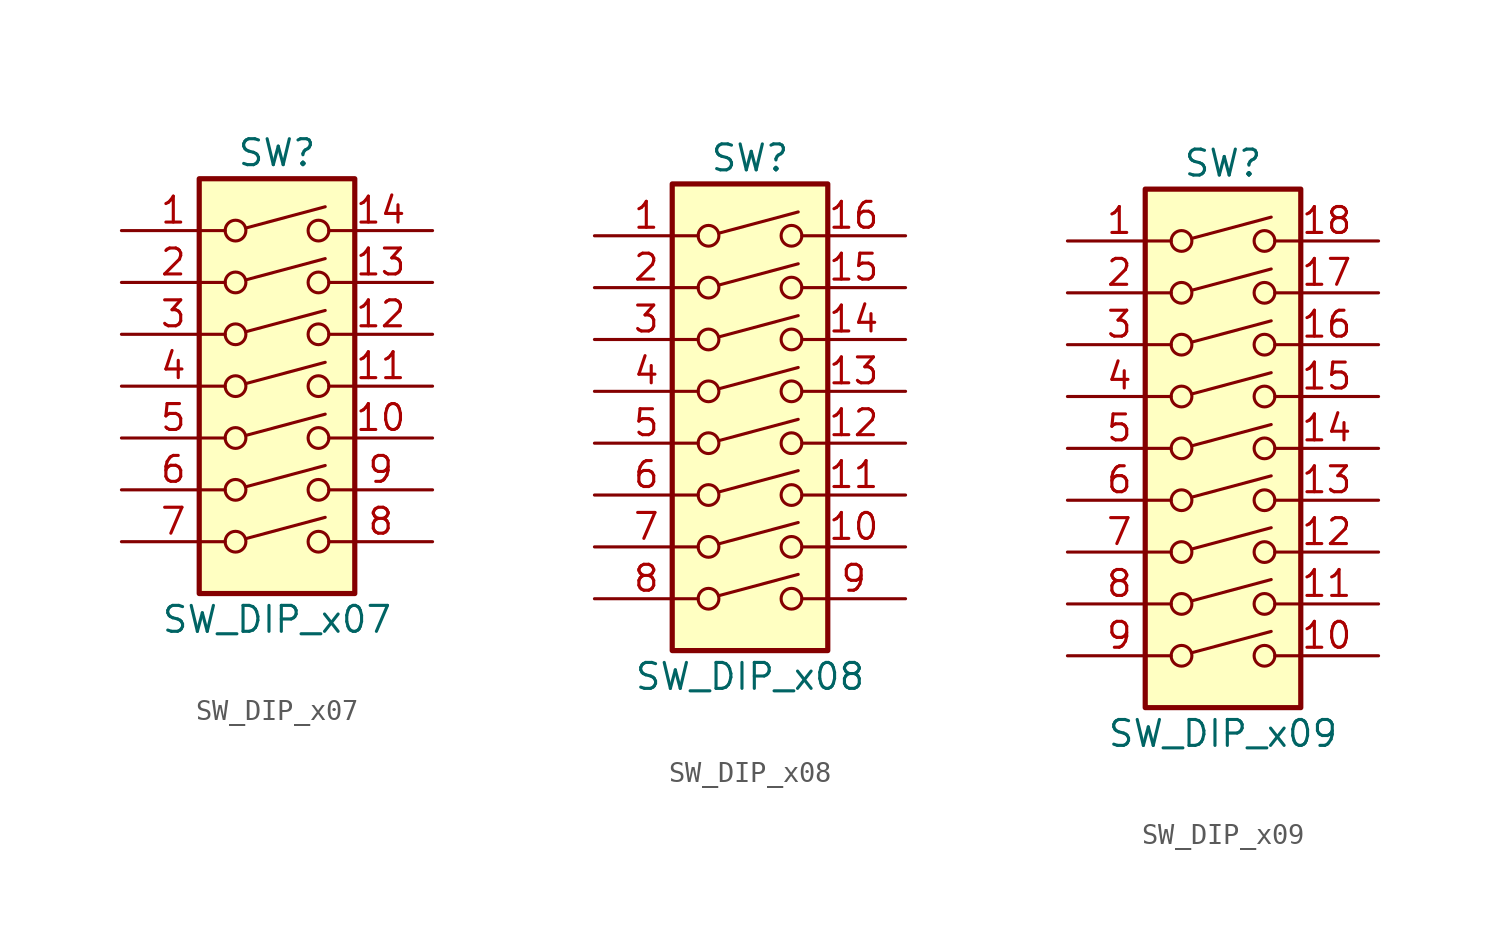
<source format=kicad_sym>
(kicad_symbol_lib
  (version 20201005)
  (generator kicad_symbol_editor)
  (symbol "Switch:SW_DIP_x07"
    (pin_names
      (offset 0) hide)
    (property "Reference" "SW"
      (at 0 13.97 0)
      (effects (font (size 1.27 1.27))))
    (property "Value" "SW_DIP_x07"
      (at 0 -8.89 0)
      (effects (font (size 1.27 1.27))))
    (symbol "SW_DIP_x07_0_0"
      (circle (center -2.032 -5.08) (radius 0.508) (stroke (width 0)) (fill (type none)))
      (circle (center -2.032 -2.54) (radius 0.508) (stroke (width 0)) (fill (type none)))
      (circle (center -2.032 0) (radius 0.508) (stroke (width 0)) (fill (type none)))
      (circle (center -2.032 2.54) (radius 0.508) (stroke (width 0)) (fill (type none)))
      (circle (center -2.032 5.08) (radius 0.508) (stroke (width 0)) (fill (type none)))
      (circle (center -2.032 7.62) (radius 0.508) (stroke (width 0)) (fill (type none)))
      (circle (center -2.032 10.16) (radius 0.508) (stroke (width 0)) (fill (type none)))
      (circle (center 2.032 -5.08) (radius 0.508) (stroke (width 0)) (fill (type none)))
      (circle (center 2.032 -2.54) (radius 0.508) (stroke (width 0)) (fill (type none)))
      (circle (center 2.032 0) (radius 0.508) (stroke (width 0)) (fill (type none)))
      (circle (center 2.032 2.54) (radius 0.508) (stroke (width 0)) (fill (type none)))
      (circle (center 2.032 5.08) (radius 0.508) (stroke (width 0)) (fill (type none)))
      (circle (center 2.032 7.62) (radius 0.508) (stroke (width 0)) (fill (type none)))
      (circle (center 2.032 10.16) (radius 0.508) (stroke (width 0)) (fill (type none)))
      (polyline (pts (xy -1.524 -4.928) (xy 2.362 -3.886)) (stroke (width 0)) (fill (type none)))
      (polyline (pts (xy -1.524 -2.388) (xy 2.362 -1.346)) (stroke (width 0)) (fill (type none)))
      (polyline (pts (xy -1.524 0.127) (xy 2.362 1.168)) (stroke (width 0)) (fill (type none)))
      (polyline (pts (xy -1.524 2.667) (xy 2.362 3.708)) (stroke (width 0)) (fill (type none)))
      (polyline (pts (xy -1.524 5.207) (xy 2.362 6.248)) (stroke (width 0)) (fill (type none)))
      (polyline (pts (xy -1.524 7.747) (xy 2.362 8.788)) (stroke (width 0)) (fill (type none)))
      (polyline (pts (xy -1.524 10.287) (xy 2.362 11.328)) (stroke (width 0)) (fill (type none))))
    (symbol "SW_DIP_x07_0_1"
      (rectangle (start -3.81 12.7) (end 3.81 -7.62) (stroke (width 0.254)) (fill (type background))))
    (symbol "SW_DIP_x07_1_1"
      (pin passive line (at -7.62 10.16 0) (length 5.08) (name "~" (effects (font (size 1.27 1.27)))) (number "1" (effects (font (size 1.27 1.27)))))
      (pin passive line (at 7.62 0 180) (length 5.08) (name "~" (effects (font (size 1.27 1.27)))) (number "10" (effects (font (size 1.27 1.27)))))
      (pin passive line (at 7.62 2.54 180) (length 5.08) (name "~" (effects (font (size 1.27 1.27)))) (number "11" (effects (font (size 1.27 1.27)))))
      (pin passive line (at 7.62 5.08 180) (length 5.08) (name "~" (effects (font (size 1.27 1.27)))) (number "12" (effects (font (size 1.27 1.27)))))
      (pin passive line (at 7.62 7.62 180) (length 5.08) (name "~" (effects (font (size 1.27 1.27)))) (number "13" (effects (font (size 1.27 1.27)))))
      (pin passive line (at 7.62 10.16 180) (length 5.08) (name "~" (effects (font (size 1.27 1.27)))) (number "14" (effects (font (size 1.27 1.27)))))
      (pin passive line (at -7.62 7.62 0) (length 5.08) (name "~" (effects (font (size 1.27 1.27)))) (number "2" (effects (font (size 1.27 1.27)))))
      (pin passive line (at -7.62 5.08 0) (length 5.08) (name "~" (effects (font (size 1.27 1.27)))) (number "3" (effects (font (size 1.27 1.27)))))
      (pin passive line (at -7.62 2.54 0) (length 5.08) (name "~" (effects (font (size 1.27 1.27)))) (number "4" (effects (font (size 1.27 1.27)))))
      (pin passive line (at -7.62 0 0) (length 5.08) (name "~" (effects (font (size 1.27 1.27)))) (number "5" (effects (font (size 1.27 1.27)))))
      (pin passive line (at -7.62 -2.54 0) (length 5.08) (name "~" (effects (font (size 1.27 1.27)))) (number "6" (effects (font (size 1.27 1.27)))))
      (pin passive line (at -7.62 -5.08 0) (length 5.08) (name "~" (effects (font (size 1.27 1.27)))) (number "7" (effects (font (size 1.27 1.27)))))
      (pin passive line (at 7.62 -5.08 180) (length 5.08) (name "~" (effects (font (size 1.27 1.27)))) (number "8" (effects (font (size 1.27 1.27)))))
      (pin passive line (at 7.62 -2.54 180) (length 5.08) (name "~" (effects (font (size 1.27 1.27)))) (number "9" (effects (font (size 1.27 1.27)))))))
  (symbol "Switch:SW_DIP_x08"
    (pin_names
      (offset 0) hide)
    (property "Reference" "SW"
      (at 0 13.97 0)
      (effects (font (size 1.27 1.27))))
    (property "Value" "SW_DIP_x08"
      (at 0 -11.43 0)
      (effects (font (size 1.27 1.27))))
    (symbol "SW_DIP_x08_0_0"
      (circle (center -2.032 -7.62) (radius 0.508) (stroke (width 0)) (fill (type none)))
      (circle (center -2.032 -5.08) (radius 0.508) (stroke (width 0)) (fill (type none)))
      (circle (center -2.032 -2.54) (radius 0.508) (stroke (width 0)) (fill (type none)))
      (circle (center -2.032 0) (radius 0.508) (stroke (width 0)) (fill (type none)))
      (circle (center -2.032 2.54) (radius 0.508) (stroke (width 0)) (fill (type none)))
      (circle (center -2.032 5.08) (radius 0.508) (stroke (width 0)) (fill (type none)))
      (circle (center -2.032 7.62) (radius 0.508) (stroke (width 0)) (fill (type none)))
      (circle (center -2.032 10.16) (radius 0.508) (stroke (width 0)) (fill (type none)))
      (circle (center 2.032 -7.62) (radius 0.508) (stroke (width 0)) (fill (type none)))
      (circle (center 2.032 -5.08) (radius 0.508) (stroke (width 0)) (fill (type none)))
      (circle (center 2.032 -2.54) (radius 0.508) (stroke (width 0)) (fill (type none)))
      (circle (center 2.032 0) (radius 0.508) (stroke (width 0)) (fill (type none)))
      (circle (center 2.032 2.54) (radius 0.508) (stroke (width 0)) (fill (type none)))
      (circle (center 2.032 5.08) (radius 0.508) (stroke (width 0)) (fill (type none)))
      (circle (center 2.032 7.62) (radius 0.508) (stroke (width 0)) (fill (type none)))
      (circle (center 2.032 10.16) (radius 0.508) (stroke (width 0)) (fill (type none)))
      (polyline (pts (xy -1.524 -7.468) (xy 2.362 -6.426)) (stroke (width 0)) (fill (type none)))
      (polyline (pts (xy -1.524 -4.928) (xy 2.362 -3.886)) (stroke (width 0)) (fill (type none)))
      (polyline (pts (xy -1.524 -2.388) (xy 2.362 -1.346)) (stroke (width 0)) (fill (type none)))
      (polyline (pts (xy -1.524 0.127) (xy 2.362 1.168)) (stroke (width 0)) (fill (type none)))
      (polyline (pts (xy -1.524 2.667) (xy 2.362 3.708)) (stroke (width 0)) (fill (type none)))
      (polyline (pts (xy -1.524 5.207) (xy 2.362 6.248)) (stroke (width 0)) (fill (type none)))
      (polyline (pts (xy -1.524 7.747) (xy 2.362 8.788)) (stroke (width 0)) (fill (type none)))
      (polyline (pts (xy -1.524 10.287) (xy 2.362 11.328)) (stroke (width 0)) (fill (type none))))
    (symbol "SW_DIP_x08_0_1"
      (rectangle (start -3.81 12.7) (end 3.81 -10.16) (stroke (width 0.254)) (fill (type background))))
    (symbol "SW_DIP_x08_1_1"
      (pin passive line (at -7.62 10.16 0) (length 5.08) (name "~" (effects (font (size 1.27 1.27)))) (number "1" (effects (font (size 1.27 1.27)))))
      (pin passive line (at 7.62 -5.08 180) (length 5.08) (name "~" (effects (font (size 1.27 1.27)))) (number "10" (effects (font (size 1.27 1.27)))))
      (pin passive line (at 7.62 -2.54 180) (length 5.08) (name "~" (effects (font (size 1.27 1.27)))) (number "11" (effects (font (size 1.27 1.27)))))
      (pin passive line (at 7.62 0 180) (length 5.08) (name "~" (effects (font (size 1.27 1.27)))) (number "12" (effects (font (size 1.27 1.27)))))
      (pin passive line (at 7.62 2.54 180) (length 5.08) (name "~" (effects (font (size 1.27 1.27)))) (number "13" (effects (font (size 1.27 1.27)))))
      (pin passive line (at 7.62 5.08 180) (length 5.08) (name "~" (effects (font (size 1.27 1.27)))) (number "14" (effects (font (size 1.27 1.27)))))
      (pin passive line (at 7.62 7.62 180) (length 5.08) (name "~" (effects (font (size 1.27 1.27)))) (number "15" (effects (font (size 1.27 1.27)))))
      (pin passive line (at 7.62 10.16 180) (length 5.08) (name "~" (effects (font (size 1.27 1.27)))) (number "16" (effects (font (size 1.27 1.27)))))
      (pin passive line (at -7.62 7.62 0) (length 5.08) (name "~" (effects (font (size 1.27 1.27)))) (number "2" (effects (font (size 1.27 1.27)))))
      (pin passive line (at -7.62 5.08 0) (length 5.08) (name "~" (effects (font (size 1.27 1.27)))) (number "3" (effects (font (size 1.27 1.27)))))
      (pin passive line (at -7.62 2.54 0) (length 5.08) (name "~" (effects (font (size 1.27 1.27)))) (number "4" (effects (font (size 1.27 1.27)))))
      (pin passive line (at -7.62 0 0) (length 5.08) (name "~" (effects (font (size 1.27 1.27)))) (number "5" (effects (font (size 1.27 1.27)))))
      (pin passive line (at -7.62 -2.54 0) (length 5.08) (name "~" (effects (font (size 1.27 1.27)))) (number "6" (effects (font (size 1.27 1.27)))))
      (pin passive line (at -7.62 -5.08 0) (length 5.08) (name "~" (effects (font (size 1.27 1.27)))) (number "7" (effects (font (size 1.27 1.27)))))
      (pin passive line (at -7.62 -7.62 0) (length 5.08) (name "~" (effects (font (size 1.27 1.27)))) (number "8" (effects (font (size 1.27 1.27)))))
      (pin passive line (at 7.62 -7.62 180) (length 5.08) (name "~" (effects (font (size 1.27 1.27)))) (number "9" (effects (font (size 1.27 1.27)))))))
  (symbol "Switch:SW_DIP_x09"
    (pin_names
      (offset 0) hide)
    (property "Reference" "SW"
      (at 0 13.97 0)
      (effects (font (size 1.27 1.27))))
    (property "Value" "SW_DIP_x09"
      (at 0 -13.97 0)
      (effects (font (size 1.27 1.27))))
    (symbol "SW_DIP_x09_0_0"
      (circle (center -2.032 -10.16) (radius 0.508) (stroke (width 0)) (fill (type none)))
      (circle (center -2.032 -7.62) (radius 0.508) (stroke (width 0)) (fill (type none)))
      (circle (center -2.032 -5.08) (radius 0.508) (stroke (width 0)) (fill (type none)))
      (circle (center -2.032 -2.54) (radius 0.508) (stroke (width 0)) (fill (type none)))
      (circle (center -2.032 0) (radius 0.508) (stroke (width 0)) (fill (type none)))
      (circle (center -2.032 2.54) (radius 0.508) (stroke (width 0)) (fill (type none)))
      (circle (center -2.032 5.08) (radius 0.508) (stroke (width 0)) (fill (type none)))
      (circle (center -2.032 7.62) (radius 0.508) (stroke (width 0)) (fill (type none)))
      (circle (center -2.032 10.16) (radius 0.508) (stroke (width 0)) (fill (type none)))
      (circle (center 2.032 -10.16) (radius 0.508) (stroke (width 0)) (fill (type none)))
      (circle (center 2.032 -7.62) (radius 0.508) (stroke (width 0)) (fill (type none)))
      (circle (center 2.032 -5.08) (radius 0.508) (stroke (width 0)) (fill (type none)))
      (circle (center 2.032 -2.54) (radius 0.508) (stroke (width 0)) (fill (type none)))
      (circle (center 2.032 0) (radius 0.508) (stroke (width 0)) (fill (type none)))
      (circle (center 2.032 2.54) (radius 0.508) (stroke (width 0)) (fill (type none)))
      (circle (center 2.032 5.08) (radius 0.508) (stroke (width 0)) (fill (type none)))
      (circle (center 2.032 7.62) (radius 0.508) (stroke (width 0)) (fill (type none)))
      (circle (center 2.032 10.16) (radius 0.508) (stroke (width 0)) (fill (type none)))
      (polyline (pts (xy -1.524 -10.008) (xy 2.362 -8.966)) (stroke (width 0)) (fill (type none)))
      (polyline (pts (xy -1.524 -7.468) (xy 2.362 -6.426)) (stroke (width 0)) (fill (type none)))
      (polyline (pts (xy -1.524 -4.928) (xy 2.362 -3.886)) (stroke (width 0)) (fill (type none)))
      (polyline (pts (xy -1.524 -2.388) (xy 2.362 -1.346)) (stroke (width 0)) (fill (type none)))
      (polyline (pts (xy -1.524 0.127) (xy 2.362 1.168)) (stroke (width 0)) (fill (type none)))
      (polyline (pts (xy -1.524 2.667) (xy 2.362 3.708)) (stroke (width 0)) (fill (type none)))
      (polyline (pts (xy -1.524 5.207) (xy 2.362 6.248)) (stroke (width 0)) (fill (type none)))
      (polyline (pts (xy -1.524 7.747) (xy 2.362 8.788)) (stroke (width 0)) (fill (type none)))
      (polyline (pts (xy -1.524 10.287) (xy 2.362 11.328)) (stroke (width 0)) (fill (type none))))
    (symbol "SW_DIP_x09_0_1"
      (rectangle (start -3.81 12.7) (end 3.81 -12.7) (stroke (width 0.254)) (fill (type background))))
    (symbol "SW_DIP_x09_1_1"
      (pin passive line (at -7.62 10.16 0) (length 5.08) (name "~" (effects (font (size 1.27 1.27)))) (number "1" (effects (font (size 1.27 1.27)))))
      (pin passive line (at 7.62 -10.16 180) (length 5.08) (name "~" (effects (font (size 1.27 1.27)))) (number "10" (effects (font (size 1.27 1.27)))))
      (pin passive line (at 7.62 -7.62 180) (length 5.08) (name "~" (effects (font (size 1.27 1.27)))) (number "11" (effects (font (size 1.27 1.27)))))
      (pin passive line (at 7.62 -5.08 180) (length 5.08) (name "~" (effects (font (size 1.27 1.27)))) (number "12" (effects (font (size 1.27 1.27)))))
      (pin passive line (at 7.62 -2.54 180) (length 5.08) (name "~" (effects (font (size 1.27 1.27)))) (number "13" (effects (font (size 1.27 1.27)))))
      (pin passive line (at 7.62 0 180) (length 5.08) (name "~" (effects (font (size 1.27 1.27)))) (number "14" (effects (font (size 1.27 1.27)))))
      (pin passive line (at 7.62 2.54 180) (length 5.08) (name "~" (effects (font (size 1.27 1.27)))) (number "15" (effects (font (size 1.27 1.27)))))
      (pin passive line (at 7.62 5.08 180) (length 5.08) (name "~" (effects (font (size 1.27 1.27)))) (number "16" (effects (font (size 1.27 1.27)))))
      (pin passive line (at 7.62 7.62 180) (length 5.08) (name "~" (effects (font (size 1.27 1.27)))) (number "17" (effects (font (size 1.27 1.27)))))
      (pin passive line (at 7.62 10.16 180) (length 5.08) (name "~" (effects (font (size 1.27 1.27)))) (number "18" (effects (font (size 1.27 1.27)))))
      (pin passive line (at -7.62 7.62 0) (length 5.08) (name "~" (effects (font (size 1.27 1.27)))) (number "2" (effects (font (size 1.27 1.27)))))
      (pin passive line (at -7.62 5.08 0) (length 5.08) (name "~" (effects (font (size 1.27 1.27)))) (number "3" (effects (font (size 1.27 1.27)))))
      (pin passive line (at -7.62 2.54 0) (length 5.08) (name "~" (effects (font (size 1.27 1.27)))) (number "4" (effects (font (size 1.27 1.27)))))
      (pin passive line (at -7.62 0 0) (length 5.08) (name "~" (effects (font (size 1.27 1.27)))) (number "5" (effects (font (size 1.27 1.27)))))
      (pin passive line (at -7.62 -2.54 0) (length 5.08) (name "~" (effects (font (size 1.27 1.27)))) (number "6" (effects (font (size 1.27 1.27)))))
      (pin passive line (at -7.62 -5.08 0) (length 5.08) (name "~" (effects (font (size 1.27 1.27)))) (number "7" (effects (font (size 1.27 1.27)))))
      (pin passive line (at -7.62 -7.62 0) (length 5.08) (name "~" (effects (font (size 1.27 1.27)))) (number "8" (effects (font (size 1.27 1.27)))))
      (pin passive line (at -7.62 -10.16 0) (length 5.08) (name "~" (effects (font (size 1.27 1.27)))) (number "9" (effects (font (size 1.27 1.27))))))))
</source>
